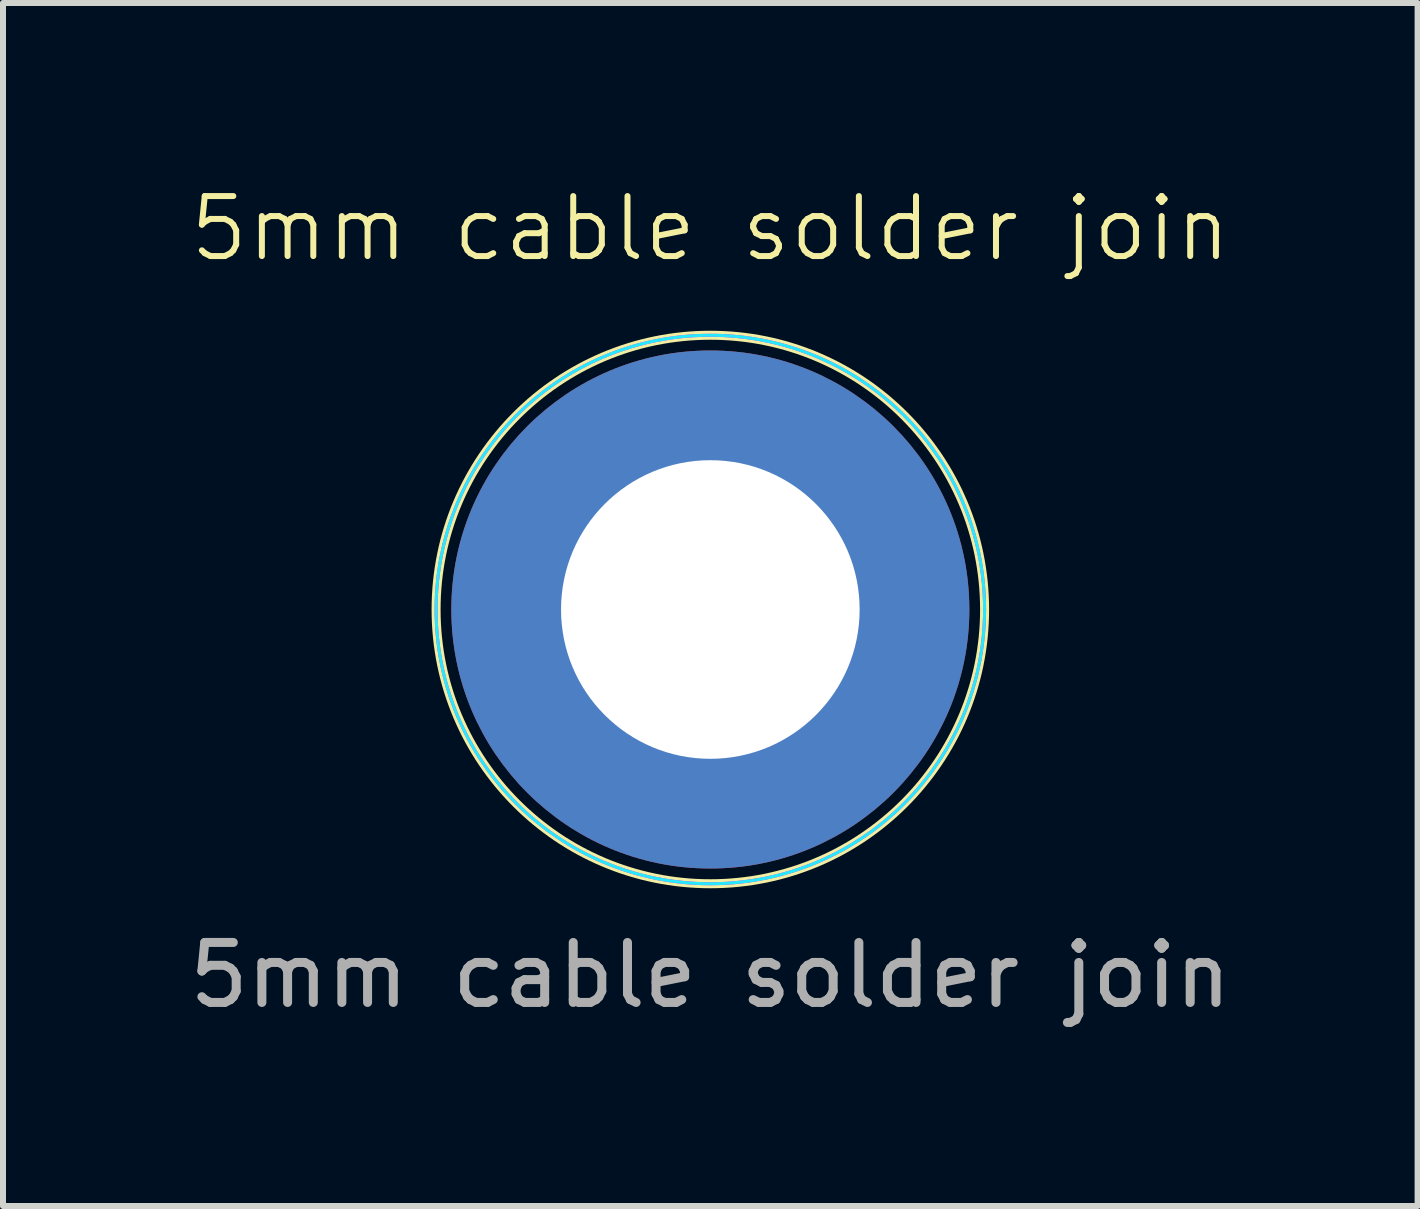
<source format=kicad_pcb>
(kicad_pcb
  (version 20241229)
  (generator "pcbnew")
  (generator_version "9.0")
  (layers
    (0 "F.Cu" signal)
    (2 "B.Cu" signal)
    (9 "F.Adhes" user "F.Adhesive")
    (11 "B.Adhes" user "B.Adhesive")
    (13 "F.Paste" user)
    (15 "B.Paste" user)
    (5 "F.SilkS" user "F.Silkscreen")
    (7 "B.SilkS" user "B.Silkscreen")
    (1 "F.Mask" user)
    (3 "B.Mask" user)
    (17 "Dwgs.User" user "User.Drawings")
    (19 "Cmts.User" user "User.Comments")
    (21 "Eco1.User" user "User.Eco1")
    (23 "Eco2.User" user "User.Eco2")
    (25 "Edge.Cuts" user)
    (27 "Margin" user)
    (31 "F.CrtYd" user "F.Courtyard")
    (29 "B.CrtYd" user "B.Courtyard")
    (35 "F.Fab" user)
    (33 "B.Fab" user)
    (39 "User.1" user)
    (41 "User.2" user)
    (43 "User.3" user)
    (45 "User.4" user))
  (footprint "5mm cable solder join"
    (layer "F.Cu")
    (at 8.792 7.111)
    (property "Reference" "5mm cable solder join" (at 0 -6.35 0) (unlocked yes) (layer "F.SilkS") (effects (font (size 1 1) (thickness 0.1))))
    (attr smd)
    (fp_circle (center 0 0) (end 4.572 0) (stroke (width 0.15) (type solid)) (fill no) (layer "F.SilkS"))
    (fp_circle (center 0 0) (end 4.572 0) (stroke (width 0.05) (type default)) (fill no) (layer "B.CrtYd"))
    (fp_circle (center 0 0) (end 4.572 0) (stroke (width 0.05) (type default)) (fill no) (layer "F.CrtYd"))
    (fp_text user "${REFERENCE}" (at 0 6.096 0) (unlocked yes) (layer "F.Fab") (effects (font (size 1 1) (thickness 0.15))))
    (pad "1" thru_hole circle (at 0 0) (size 8.636 8.636) (drill 4.978) (layers "*.Cu" "*.Mask")))
  (gr_rect
    (start -3 -3)
    (end 20.583 17.055)
    (stroke (width 0.1) (type default))
    (fill no)
    (layer "Edge.Cuts")))
</source>
